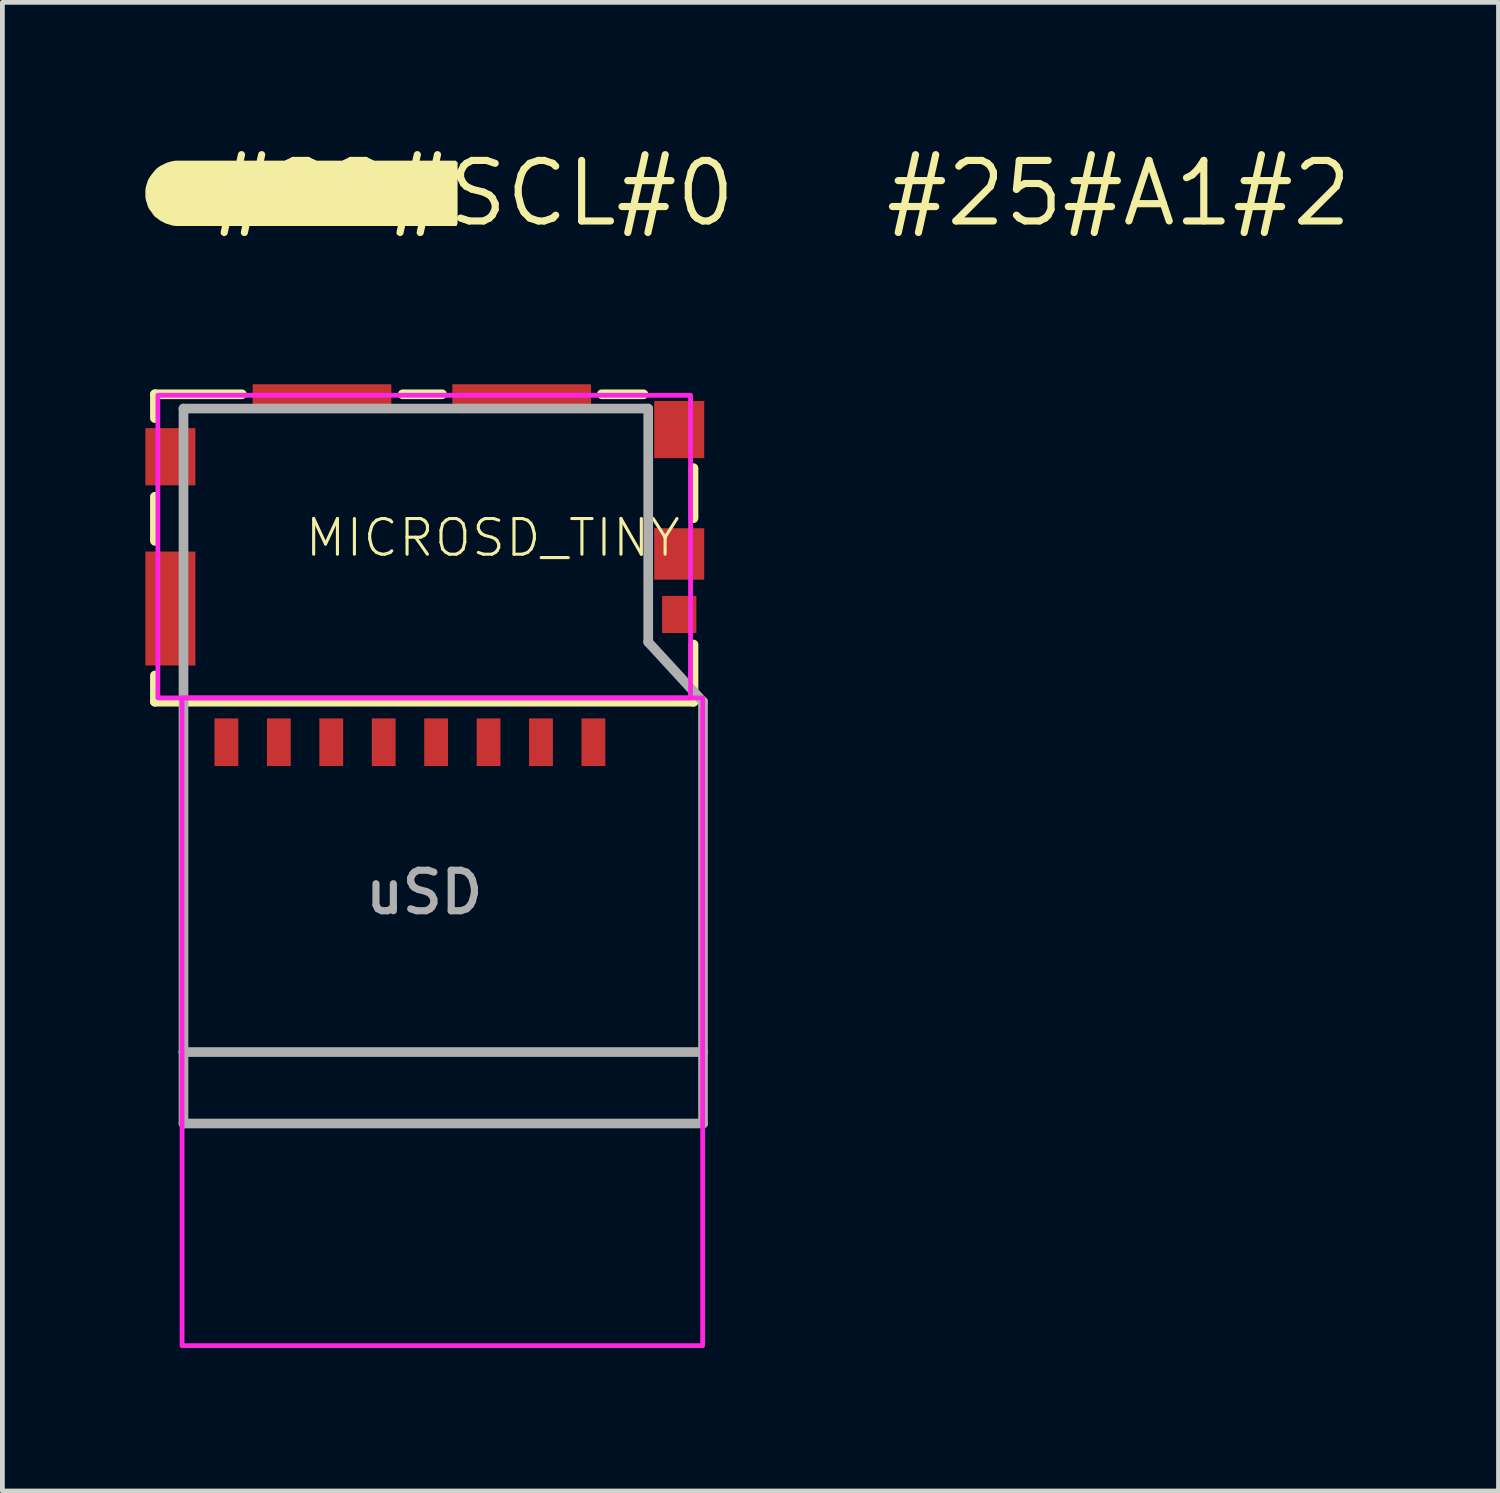
<source format=kicad_pcb>
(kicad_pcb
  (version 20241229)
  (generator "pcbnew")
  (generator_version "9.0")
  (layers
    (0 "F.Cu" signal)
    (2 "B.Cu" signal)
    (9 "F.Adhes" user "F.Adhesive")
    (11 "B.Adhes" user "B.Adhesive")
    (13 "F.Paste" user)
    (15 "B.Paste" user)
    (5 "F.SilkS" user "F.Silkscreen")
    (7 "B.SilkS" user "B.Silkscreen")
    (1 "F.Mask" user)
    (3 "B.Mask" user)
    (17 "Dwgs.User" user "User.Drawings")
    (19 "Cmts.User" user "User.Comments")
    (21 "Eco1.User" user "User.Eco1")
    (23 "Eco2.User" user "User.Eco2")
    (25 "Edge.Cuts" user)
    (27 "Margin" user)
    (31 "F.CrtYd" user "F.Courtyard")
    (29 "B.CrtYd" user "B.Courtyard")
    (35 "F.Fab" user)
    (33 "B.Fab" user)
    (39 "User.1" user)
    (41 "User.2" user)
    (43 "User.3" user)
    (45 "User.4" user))
  (footprint "#25#A1#2"
    (layer "F.Cu")
    (at 20.422 1.006)
    (property "Reference" "#25#A1#2" (at 0 0 0) (layer "F.SilkS") (effects (font (size 1.27 1.27) (thickness 0.15))))
    (fp_poly (pts (xy 3.87 0.07) (xy 3.865 0.07) (xy 3.865 0.065) (xy 3.87 0.065)) (stroke (width 0) (type default)) (fill yes) (layer "F.SilkS")))
  (footprint "#22#SCL#0"
    (layer "F.Cu")
    (at 6.885 1.006)
    (property "Reference" "#22#SCL#0" (at 0 0 0) (layer "F.SilkS") (effects (font (size 1.27 1.27) (thickness 0.15))))
    (fp_poly (pts (xy -0.335 -0.652) (xy -0.335 0.631) (xy -0.357 0.685) (xy -6.25 0.685) (xy -6.321 0.675) (xy -6.381 0.655) (xy -6.452 0.635) (xy -6.573 0.574) (xy -6.623 0.534) (xy -6.683 0.494) (xy -6.724 0.443) (xy -6.764 0.383) (xy -6.804 0.333) (xy -6.835 0.272) (xy -6.855 0.201) (xy -6.875 0.141) (xy -6.885 0.07) (xy -6.885 -0.07) (xy -6.875 -0.131) (xy -6.855 -0.201) (xy -6.835 -0.262) (xy -6.804 -0.323) (xy -6.764 -0.383) (xy -6.724 -0.433) (xy -6.684 -0.483) (xy -6.633 -0.534) (xy -6.573 -0.574) (xy -6.452 -0.635) (xy -6.391 -0.655) (xy -6.321 -0.675) (xy -6.25 -0.685) (xy -0.378 -0.685)) (stroke (width 0) (type default)) (fill yes) (layer "F.SilkS")))
  (footprint "MICROSD_TINY"
    (layer "F.Cu")
    (at 5.85 8.672)
    (property "Reference" "MICROSD_TINY" (at -2.54 0 0) (layer "F.SilkS") (effects (font (size 0.748 0.748) (thickness 0.065)) (justify left bottom)))
    (fp_line (start -5.65 -3.45) (end -3.825 -3.45) (stroke (width 0.203) (type solid)) (layer "F.SilkS"))
    (fp_line (start -5.65 -2.95) (end -5.65 -3.45) (stroke (width 0.203) (type solid)) (layer "F.SilkS"))
    (fp_line (start -5.65 -0.375) (end -5.65 -1.3) (stroke (width 0.203) (type solid)) (layer "F.SilkS"))
    (fp_line (start -5.65 2.45) (end -5.65 3) (stroke (width 0.203) (type solid)) (layer "F.SilkS"))
    (fp_line (start -5.65 3) (end 5.65 3) (stroke (width 0.203) (type solid)) (layer "F.SilkS"))
    (fp_line (start 0.375 -3.45) (end -0.45 -3.45) (stroke (width 0.203) (type solid)) (layer "F.SilkS"))
    (fp_line (start 4.6 -3.45) (end 3.725 -3.45) (stroke (width 0.203) (type solid)) (layer "F.SilkS"))
    (fp_line (start 5.65 -0.85) (end 5.65 -1.9) (stroke (width 0.203) (type solid)) (layer "F.SilkS"))
    (fp_line (start 5.65 3) (end 5.65 1.8) (stroke (width 0.203) (type solid)) (layer "F.SilkS"))
    (fp_poly (pts (xy -5.588 2.921) (xy 5.588 2.921) (xy 5.588 -3.429) (xy -5.588 -3.429)) (stroke (width 0.1) (type default)) (fill no) (layer "F.CrtYd"))
    (fp_poly (pts (xy -5.08 16.51) (xy 5.842 16.51) (xy 5.842 2.921) (xy -5.08 2.921)) (stroke (width 0.1) (type default)) (fill no) (layer "F.CrtYd"))
    (fp_line (start -5.05 -3.15) (end -5.05 10.35) (stroke (width 0.203) (type solid)) (layer "F.Fab"))
    (fp_line (start -5.05 10.35) (end -5.05 11.85) (stroke (width 0.203) (type solid)) (layer "F.Fab"))
    (fp_line (start -5.05 10.35) (end 5.85 10.35) (stroke (width 0.203) (type solid)) (layer "F.Fab"))
    (fp_line (start -5.05 11.85) (end 5.85 11.85) (stroke (width 0.203) (type solid)) (layer "F.Fab"))
    (fp_line (start 4.7 -3.15) (end -5.05 -3.15) (stroke (width 0.203) (type solid)) (layer "F.Fab"))
    (fp_line (start 4.7 1.75) (end 4.7 -3.15) (stroke (width 0.203) (type solid)) (layer "F.Fab"))
    (fp_line (start 5.85 3) (end 4.7 1.75) (stroke (width 0.203) (type solid)) (layer "F.Fab"))
    (fp_line (start 5.85 10.35) (end 5.85 3) (stroke (width 0.203) (type solid)) (layer "F.Fab"))
    (fp_line (start 5.85 11.85) (end 5.85 10.35) (stroke (width 0.203) (type solid)) (layer "F.Fab"))
    (fp_text user "uSD" (at 0 7 0) (layer "F.Fab") (effects (font (size 0.85 0.85) (thickness 0.15))))
    (pad "1" smd rect (at 3.55 3.85 90) (size 1 0.5) (layers "F.Cu" "F.Mask" "F.Paste"))
    (pad "2" smd rect (at 2.45 3.85 90) (size 1 0.5) (layers "F.Cu" "F.Mask" "F.Paste"))
    (pad "3" smd rect (at 1.35 3.85 90) (size 1 0.5) (layers "F.Cu" "F.Mask" "F.Paste"))
    (pad "4" smd rect (at 0.25 3.85 90) (size 1 0.5) (layers "F.Cu" "F.Mask" "F.Paste"))
    (pad "5" smd rect (at -0.85 3.85 90) (size 1 0.5) (layers "F.Cu" "F.Mask" "F.Paste"))
    (pad "6" smd rect (at -1.95 3.85 90) (size 1 0.5) (layers "F.Cu" "F.Mask" "F.Paste"))
    (pad "7" smd rect (at -3.05 3.85 90) (size 1 0.5) (layers "F.Cu" "F.Mask" "F.Paste"))
    (pad "8" smd rect (at -4.15 3.85 90) (size 1 0.5) (layers "F.Cu" "F.Mask" "F.Paste"))
    (pad "9" smd rect (at 5.35 1.17 180) (size 0.72 0.78) (layers "F.Cu" "F.Mask" "F.Paste"))
    (pad "GND1" smd rect (at 5.35 -0.1 90) (size 1.08 1.05) (layers "F.Cu" "F.Mask" "F.Paste"))
    (pad "GND2" smd rect (at 5.35 -2.71 90) (size 1.2 1.05) (layers "F.Cu" "F.Mask" "F.Paste"))
    (pad "GND3" smd rect (at -5.325 -2.14 90) (size 1.2 1.05) (layers "F.Cu" "F.Mask" "F.Paste"))
    (pad "GND4" smd rect (at -5.325 1.045 90) (size 2.39 1.05) (layers "F.Cu" "F.Mask" "F.Paste"))
    (pad "GND5" smd rect (at -2.145 -3.385) (size 2.91 0.55) (layers "F.Cu" "F.Mask" "F.Paste"))
    (pad "GND6" smd rect (at 2.045 -3.385) (size 2.91 0.55) (layers "F.Cu" "F.Mask" "F.Paste"))
    (zone (net_name "") (layer "F.Cu") (hatch edge 0.5) (connect_pads) (min_thickness 0.25) (filled_areas_thickness no) (keepout (tracks not_allowed) (vias not_allowed) (pads not_allowed) (copperpour not_allowed) (footprints allowed)) (placement (enabled no)) (fill) (polygon (pts (xy 1.366 10.656) (xy 9.902 10.656) (xy 9.902 6.746) (xy 1.366 6.746))))
    (zone (net_name "") (layer "F.Cu") (hatch edge 0.5) (connect_pads) (min_thickness 0.25) (filled_areas_thickness no) (keepout (tracks not_allowed) (vias not_allowed) (pads not_allowed) (copperpour not_allowed) (footprints allowed)) (placement (enabled no)) (fill) (polygon (pts (xy 1.366 10.656) (xy 9.902 10.656) (xy 9.902 6.746) (xy 1.366 6.746)))))
  (gr_rect
    (start -3 -3)
    (end 28.389 28.232)
    (stroke (width 0.1) (type default))
    (fill no)
    (layer "Edge.Cuts")))
</source>
